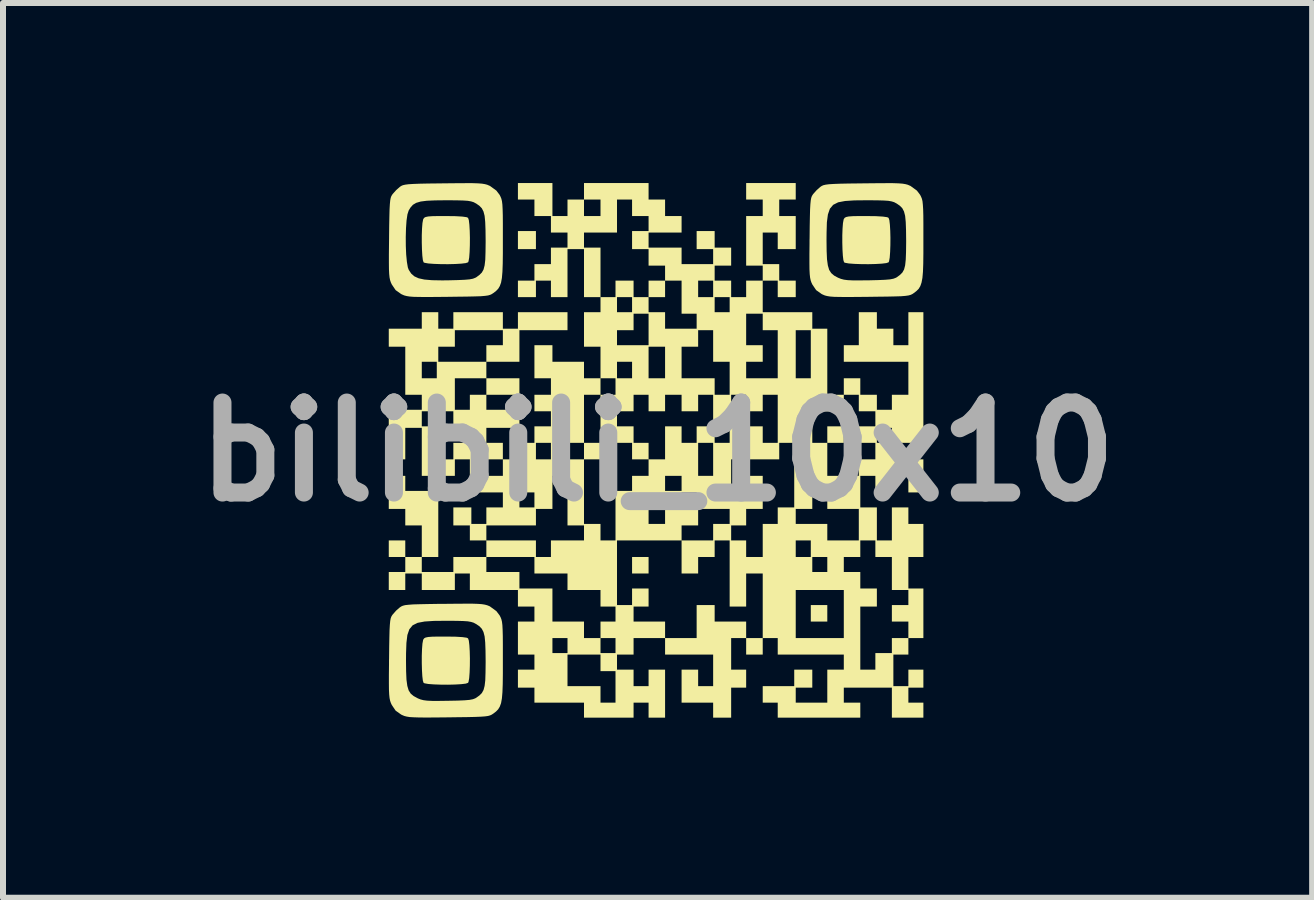
<source format=kicad_pcb>
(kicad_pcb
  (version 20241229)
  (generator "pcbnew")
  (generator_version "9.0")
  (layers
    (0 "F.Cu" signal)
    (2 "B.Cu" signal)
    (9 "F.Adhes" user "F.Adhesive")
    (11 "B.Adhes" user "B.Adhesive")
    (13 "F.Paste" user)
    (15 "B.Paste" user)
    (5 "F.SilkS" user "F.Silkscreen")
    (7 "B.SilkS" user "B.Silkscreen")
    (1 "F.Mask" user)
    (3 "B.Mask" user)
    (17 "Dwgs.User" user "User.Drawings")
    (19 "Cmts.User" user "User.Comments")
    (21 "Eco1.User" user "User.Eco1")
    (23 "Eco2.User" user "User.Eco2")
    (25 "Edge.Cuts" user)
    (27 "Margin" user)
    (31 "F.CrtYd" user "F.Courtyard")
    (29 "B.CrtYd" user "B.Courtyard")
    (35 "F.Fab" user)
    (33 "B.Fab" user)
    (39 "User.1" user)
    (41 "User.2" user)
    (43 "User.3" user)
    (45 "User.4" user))
  (footprint "bilibili_10x10"
    (layer "F.Cu")
    (at 7.907 4.479)
    (property "Reference" "bilibili_10x10" (at 0 0 0) (layer "F.Fab") (effects (font (size 1.5 1.5) (thickness 0.3))))
    (attr board_only exclude_from_pos_files exclude_from_bom)
    (fp_poly (pts (xy -2.027 -3.528) (xy -2.027 -3.378) (xy -2.177 -3.378) (xy -2.327 -3.378) (xy -2.327 -3.528) (xy -2.327 -3.679) (xy -2.177 -3.679) (xy -2.027 -3.679)) (stroke (width 0) (type solid)) (fill yes) (layer "F.SilkS"))
    (fp_poly (pts (xy -0.15 1.889) (xy -0.15 2.027) (xy -0.288 2.027) (xy -0.425 2.027) (xy -0.425 1.889) (xy -0.425 1.752) (xy -0.288 1.752) (xy -0.15 1.752)) (stroke (width 0) (type solid)) (fill yes) (layer "F.SilkS"))
    (fp_poly (pts (xy 0.125 -2.715) (xy 0.125 -2.578) (xy -0.013 -2.578) (xy -0.15 -2.578) (xy -0.15 -2.715) (xy -0.15 -2.853) (xy -0.013 -2.853) (xy 0.125 -2.853)) (stroke (width 0) (type solid)) (fill yes) (layer "F.SilkS"))
    (fp_poly (pts (xy 2.828 2.69) (xy 2.828 2.828) (xy 2.69 2.828) (xy 2.553 2.828) (xy 2.553 2.69) (xy 2.553 2.553) (xy 2.69 2.553) (xy 2.828 2.553)) (stroke (width 0) (type solid)) (fill yes) (layer "F.SilkS"))
    (fp_poly (pts (xy 3.103 -0.288) (xy 3.103 -0.15) (xy 2.965 -0.15) (xy 2.828 -0.15) (xy 2.828 -0.288) (xy 2.828 -0.425) (xy 2.965 -0.425) (xy 3.103 -0.425)) (stroke (width 0) (type solid)) (fill yes) (layer "F.SilkS"))
    (fp_poly (pts (xy -3.368 -3.927) (xy -3.252 -3.92) (xy -3.181 -3.91) (xy -3.158 -3.899) (xy -3.145 -3.861) (xy -3.136 -3.785) (xy -3.13 -3.683) (xy -3.127 -3.565) (xy -3.128 -3.444) (xy -3.132 -3.331) (xy -3.139 -3.237) (xy -3.15 -3.175) (xy -3.158 -3.158) (xy -3.196 -3.145) (xy -3.272 -3.136) (xy -3.374 -3.13) (xy -3.492 -3.127) (xy -3.613 -3.128) (xy -3.726 -3.132) (xy -3.82 -3.139) (xy -3.882 -3.15) (xy -3.899 -3.158) (xy -3.911 -3.195) (xy -3.92 -3.27) (xy -3.926 -3.371) (xy -3.929 -3.488) (xy -3.929 -3.608) (xy -3.925 -3.719) (xy -3.918 -3.81) (xy -3.907 -3.87) (xy -3.903 -3.88) (xy -3.889 -3.9) (xy -3.865 -3.913) (xy -3.822 -3.922) (xy -3.754 -3.927) (xy -3.65 -3.929) (xy -3.533 -3.929)) (stroke (width 0) (type solid)) (fill yes) (layer "F.SilkS"))
    (fp_poly (pts (xy -3.368 3.08) (xy -3.252 3.087) (xy -3.181 3.097) (xy -3.158 3.108) (xy -3.145 3.146) (xy -3.136 3.222) (xy -3.13 3.324) (xy -3.127 3.442) (xy -3.128 3.563) (xy -3.132 3.676) (xy -3.139 3.77) (xy -3.15 3.832) (xy -3.158 3.849) (xy -3.196 3.862) (xy -3.272 3.871) (xy -3.374 3.877) (xy -3.492 3.88) (xy -3.613 3.879) (xy -3.726 3.875) (xy -3.82 3.868) (xy -3.882 3.857) (xy -3.899 3.849) (xy -3.911 3.812) (xy -3.92 3.737) (xy -3.926 3.635) (xy -3.929 3.519) (xy -3.929 3.399) (xy -3.925 3.288) (xy -3.918 3.196) (xy -3.907 3.137) (xy -3.903 3.126) (xy -3.889 3.107) (xy -3.865 3.094) (xy -3.822 3.085) (xy -3.754 3.08) (xy -3.65 3.078) (xy -3.533 3.078)) (stroke (width 0) (type solid)) (fill yes) (layer "F.SilkS"))
    (fp_poly (pts (xy 3.639 -3.927) (xy 3.755 -3.92) (xy 3.826 -3.91) (xy 3.849 -3.899) (xy 3.862 -3.861) (xy 3.871 -3.785) (xy 3.877 -3.683) (xy 3.88 -3.565) (xy 3.879 -3.444) (xy 3.875 -3.331) (xy 3.868 -3.237) (xy 3.857 -3.175) (xy 3.849 -3.158) (xy 3.811 -3.145) (xy 3.735 -3.136) (xy 3.633 -3.13) (xy 3.515 -3.127) (xy 3.394 -3.128) (xy 3.281 -3.132) (xy 3.187 -3.139) (xy 3.125 -3.15) (xy 3.108 -3.158) (xy 3.096 -3.195) (xy 3.087 -3.27) (xy 3.081 -3.371) (xy 3.078 -3.488) (xy 3.078 -3.608) (xy 3.082 -3.719) (xy 3.089 -3.81) (xy 3.1 -3.87) (xy 3.104 -3.88) (xy 3.118 -3.9) (xy 3.142 -3.913) (xy 3.184 -3.922) (xy 3.253 -3.927) (xy 3.357 -3.929) (xy 3.474 -3.929)) (stroke (width 0) (type solid)) (fill yes) (layer "F.SilkS"))
    (fp_poly (pts (xy -3.083 -4.477) (xy -2.993 -4.474) (xy -2.927 -4.469) (xy -2.878 -4.461) (xy -2.84 -4.451) (xy -2.805 -4.436) (xy -2.793 -4.431) (xy -2.686 -4.353) (xy -2.632 -4.282) (xy -2.616 -4.25) (xy -2.603 -4.218) (xy -2.593 -4.177) (xy -2.586 -4.121) (xy -2.582 -4.045) (xy -2.579 -3.941) (xy -2.578 -3.803) (xy -2.578 -3.625) (xy -2.578 -3.529) (xy -2.578 -3.311) (xy -2.58 -3.137) (xy -2.585 -3.001) (xy -2.594 -2.898) (xy -2.608 -2.82) (xy -2.629 -2.762) (xy -2.656 -2.717) (xy -2.691 -2.681) (xy -2.736 -2.646) (xy -2.737 -2.646) (xy -2.762 -2.629) (xy -2.79 -2.616) (xy -2.825 -2.606) (xy -2.876 -2.599) (xy -2.947 -2.593) (xy -3.046 -2.59) (xy -3.178 -2.587) (xy -3.349 -2.585) (xy -3.491 -2.583) (xy -3.693 -2.581) (xy -3.852 -2.58) (xy -3.974 -2.581) (xy -4.065 -2.583) (xy -4.132 -2.588) (xy -4.181 -2.596) (xy -4.22 -2.606) (xy -4.253 -2.62) (xy -4.272 -2.629) (xy -4.365 -2.695) (xy -4.429 -2.79) (xy -4.445 -2.825) (xy -4.457 -2.861) (xy -4.466 -2.905) (xy -4.472 -2.963) (xy -4.476 -3.042) (xy -4.477 -3.148) (xy -4.477 -3.289) (xy -4.475 -3.47) (xy -4.474 -3.562) (xy -4.474 -3.579) (xy -4.196 -3.579) (xy -4.195 -3.429) (xy -4.189 -3.288) (xy -4.177 -3.165) (xy -4.161 -3.072) (xy -4.146 -3.032) (xy -4.105 -2.97) (xy -4.052 -2.924) (xy -3.982 -2.892) (xy -3.886 -2.871) (xy -3.758 -2.86) (xy -3.591 -2.857) (xy -3.49 -2.858) (xy -3.332 -2.862) (xy -3.216 -2.867) (xy -3.134 -2.874) (xy -3.077 -2.885) (xy -3.038 -2.9) (xy -3.021 -2.909) (xy -2.968 -2.948) (xy -2.928 -2.988) (xy -2.9 -3.038) (xy -2.882 -3.107) (xy -2.871 -3.2) (xy -2.867 -3.328) (xy -2.865 -3.496) (xy -2.865 -3.515) (xy -2.867 -3.694) (xy -2.872 -3.83) (xy -2.882 -3.932) (xy -2.901 -4.005) (xy -2.929 -4.059) (xy -2.969 -4.1) (xy -3.022 -4.137) (xy -3.028 -4.14) (xy -3.065 -4.16) (xy -3.107 -4.173) (xy -3.162 -4.183) (xy -3.239 -4.188) (xy -3.347 -4.191) (xy -3.494 -4.192) (xy -3.528 -4.192) (xy -3.708 -4.19) (xy -3.845 -4.184) (xy -3.947 -4.171) (xy -4.022 -4.149) (xy -4.076 -4.117) (xy -4.117 -4.071) (xy -4.147 -4.022) (xy -4.168 -3.957) (xy -4.183 -3.854) (xy -4.192 -3.724) (xy -4.196 -3.579) (xy -4.474 -3.579) (xy -4.472 -3.762) (xy -4.469 -3.919) (xy -4.466 -4.038) (xy -4.461 -4.126) (xy -4.455 -4.188) (xy -4.447 -4.231) (xy -4.436 -4.262) (xy -4.421 -4.286) (xy -4.415 -4.295) (xy -4.356 -4.361) (xy -4.295 -4.415) (xy -4.271 -4.431) (xy -4.244 -4.443) (xy -4.205 -4.452) (xy -4.15 -4.459) (xy -4.072 -4.464) (xy -3.965 -4.468) (xy -3.823 -4.471) (xy -3.638 -4.473) (xy -3.562 -4.474) (xy -3.361 -4.476) (xy -3.204 -4.477)) (stroke (width 0) (type solid)) (fill yes) (layer "F.SilkS"))
    (fp_poly (pts (xy -3.083 2.53) (xy -2.993 2.533) (xy -2.927 2.538) (xy -2.878 2.546) (xy -2.84 2.556) (xy -2.805 2.57) (xy -2.793 2.576) (xy -2.686 2.654) (xy -2.632 2.725) (xy -2.616 2.756) (xy -2.603 2.789) (xy -2.593 2.83) (xy -2.586 2.886) (xy -2.582 2.962) (xy -2.579 3.066) (xy -2.578 3.204) (xy -2.578 3.382) (xy -2.578 3.478) (xy -2.578 3.696) (xy -2.58 3.87) (xy -2.585 4.005) (xy -2.594 4.109) (xy -2.608 4.187) (xy -2.629 4.245) (xy -2.656 4.29) (xy -2.691 4.326) (xy -2.736 4.361) (xy -2.737 4.361) (xy -2.762 4.378) (xy -2.79 4.391) (xy -2.825 4.401) (xy -2.876 4.408) (xy -2.947 4.413) (xy -3.046 4.417) (xy -3.178 4.42) (xy -3.349 4.422) (xy -3.491 4.424) (xy -3.693 4.426) (xy -3.852 4.427) (xy -3.974 4.426) (xy -4.065 4.423) (xy -4.132 4.419) (xy -4.181 4.411) (xy -4.22 4.401) (xy -4.253 4.387) (xy -4.272 4.378) (xy -4.365 4.312) (xy -4.429 4.217) (xy -4.445 4.182) (xy -4.457 4.146) (xy -4.466 4.102) (xy -4.472 4.044) (xy -4.476 3.965) (xy -4.477 3.859) (xy -4.477 3.718) (xy -4.475 3.537) (xy -4.475 3.478) (xy -4.192 3.478) (xy -4.19 3.659) (xy -4.184 3.797) (xy -4.17 3.9) (xy -4.148 3.974) (xy -4.113 4.029) (xy -4.065 4.069) (xy -4.001 4.104) (xy -3.996 4.107) (xy -3.951 4.125) (xy -3.901 4.138) (xy -3.839 4.146) (xy -3.754 4.15) (xy -3.637 4.15) (xy -3.49 4.148) (xy -3.332 4.145) (xy -3.216 4.14) (xy -3.134 4.133) (xy -3.077 4.122) (xy -3.038 4.107) (xy -3.021 4.097) (xy -2.968 4.059) (xy -2.928 4.019) (xy -2.9 3.968) (xy -2.882 3.9) (xy -2.871 3.807) (xy -2.867 3.679) (xy -2.865 3.51) (xy -2.865 3.492) (xy -2.867 3.313) (xy -2.872 3.177) (xy -2.882 3.075) (xy -2.901 3.002) (xy -2.929 2.948) (xy -2.969 2.906) (xy -3.022 2.87) (xy -3.028 2.867) (xy -3.065 2.847) (xy -3.107 2.834) (xy -3.162 2.824) (xy -3.239 2.819) (xy -3.347 2.816) (xy -3.494 2.815) (xy -3.528 2.815) (xy -3.728 2.817) (xy -3.882 2.827) (xy -3.998 2.849) (xy -4.081 2.89) (xy -4.136 2.956) (xy -4.169 3.052) (xy -4.185 3.183) (xy -4.191 3.355) (xy -4.192 3.478) (xy -4.475 3.478) (xy -4.474 3.445) (xy -4.472 3.244) (xy -4.469 3.088) (xy -4.466 2.969) (xy -4.461 2.881) (xy -4.455 2.819) (xy -4.447 2.775) (xy -4.436 2.745) (xy -4.421 2.72) (xy -4.415 2.712) (xy -4.356 2.645) (xy -4.295 2.592) (xy -4.271 2.576) (xy -4.244 2.564) (xy -4.205 2.554) (xy -4.15 2.548) (xy -4.072 2.542) (xy -3.965 2.539) (xy -3.823 2.536) (xy -3.638 2.533) (xy -3.562 2.533) (xy -3.361 2.531) (xy -3.204 2.53)) (stroke (width 0) (type solid)) (fill yes) (layer "F.SilkS"))
    (fp_poly (pts (xy 3.923 -4.477) (xy 4.013 -4.474) (xy 4.08 -4.469) (xy 4.129 -4.461) (xy 4.167 -4.451) (xy 4.202 -4.436) (xy 4.214 -4.431) (xy 4.321 -4.353) (xy 4.375 -4.282) (xy 4.391 -4.25) (xy 4.404 -4.218) (xy 4.414 -4.177) (xy 4.42 -4.121) (xy 4.425 -4.045) (xy 4.428 -3.941) (xy 4.429 -3.803) (xy 4.429 -3.625) (xy 4.429 -3.529) (xy 4.429 -3.311) (xy 4.427 -3.137) (xy 4.422 -3.001) (xy 4.413 -2.898) (xy 4.398 -2.82) (xy 4.378 -2.762) (xy 4.351 -2.717) (xy 4.315 -2.681) (xy 4.27 -2.646) (xy 4.27 -2.646) (xy 4.245 -2.629) (xy 4.217 -2.616) (xy 4.181 -2.606) (xy 4.131 -2.599) (xy 4.06 -2.593) (xy 3.961 -2.59) (xy 3.829 -2.587) (xy 3.658 -2.585) (xy 3.516 -2.583) (xy 3.314 -2.581) (xy 3.155 -2.58) (xy 3.033 -2.581) (xy 2.942 -2.583) (xy 2.875 -2.588) (xy 2.826 -2.596) (xy 2.787 -2.606) (xy 2.754 -2.62) (xy 2.735 -2.629) (xy 2.642 -2.695) (xy 2.578 -2.79) (xy 2.562 -2.825) (xy 2.55 -2.861) (xy 2.541 -2.905) (xy 2.535 -2.963) (xy 2.531 -3.042) (xy 2.53 -3.148) (xy 2.53 -3.289) (xy 2.532 -3.47) (xy 2.532 -3.528) (xy 2.815 -3.528) (xy 2.817 -3.348) (xy 2.823 -3.21) (xy 2.837 -3.107) (xy 2.859 -3.032) (xy 2.894 -2.978) (xy 2.942 -2.937) (xy 3.006 -2.902) (xy 3.011 -2.9) (xy 3.056 -2.882) (xy 3.106 -2.869) (xy 3.168 -2.861) (xy 3.253 -2.857) (xy 3.37 -2.857) (xy 3.517 -2.858) (xy 3.675 -2.862) (xy 3.791 -2.867) (xy 3.873 -2.874) (xy 3.93 -2.885) (xy 3.969 -2.9) (xy 3.986 -2.909) (xy 4.039 -2.948) (xy 4.079 -2.988) (xy 4.107 -3.038) (xy 4.125 -3.107) (xy 4.135 -3.2) (xy 4.14 -3.328) (xy 4.142 -3.496) (xy 4.142 -3.515) (xy 4.14 -3.694) (xy 4.135 -3.83) (xy 4.125 -3.932) (xy 4.106 -4.005) (xy 4.078 -4.059) (xy 4.038 -4.1) (xy 3.985 -4.137) (xy 3.979 -4.14) (xy 3.942 -4.16) (xy 3.9 -4.173) (xy 3.845 -4.183) (xy 3.768 -4.188) (xy 3.66 -4.191) (xy 3.513 -4.192) (xy 3.478 -4.192) (xy 3.279 -4.19) (xy 3.125 -4.18) (xy 3.009 -4.158) (xy 2.926 -4.116) (xy 2.871 -4.051) (xy 2.838 -3.955) (xy 2.821 -3.824) (xy 2.816 -3.652) (xy 2.815 -3.528) (xy 2.532 -3.528) (xy 2.533 -3.562) (xy 2.535 -3.762) (xy 2.538 -3.919) (xy 2.541 -4.038) (xy 2.546 -4.126) (xy 2.552 -4.188) (xy 2.56 -4.231) (xy 2.571 -4.262) (xy 2.586 -4.286) (xy 2.592 -4.295) (xy 2.651 -4.361) (xy 2.712 -4.415) (xy 2.736 -4.431) (xy 2.763 -4.443) (xy 2.802 -4.452) (xy 2.857 -4.459) (xy 2.935 -4.464) (xy 3.042 -4.468) (xy 3.184 -4.471) (xy 3.368 -4.473) (xy 3.445 -4.474) (xy 3.646 -4.476) (xy 3.803 -4.477)) (stroke (width 0) (type solid)) (fill yes) (layer "F.SilkS"))
    (fp_poly (pts (xy -1.752 -4.204) (xy -1.752 -3.929) (xy -1.627 -3.929) (xy -1.501 -3.929) (xy -1.501 -4.067) (xy -1.501 -4.204) (xy -1.364 -4.204) (xy -1.226 -4.204) (xy -1.226 -4.067) (xy -1.226 -3.929) (xy -1.089 -3.929) (xy -0.951 -3.929) (xy -0.951 -4.067) (xy -0.951 -4.204) (xy -1.089 -4.204) (xy -1.226 -4.204) (xy -1.226 -4.342) (xy -1.226 -4.479) (xy -0.688 -4.479) (xy -0.15 -4.479) (xy -0.15 -4.342) (xy -0.15 -4.204) (xy -0.013 -4.204) (xy 0.125 -4.204) (xy 0.125 -4.067) (xy 0.125 -3.929) (xy 0.263 -3.929) (xy 0.4 -3.929) (xy 0.4 -3.791) (xy 0.4 -3.654) (xy 0.125 -3.654) (xy -0.15 -3.654) (xy -0.15 -3.528) (xy -0.15 -3.403) (xy 0.125 -3.403) (xy 0.4 -3.403) (xy 0.4 -3.266) (xy 0.4 -3.128) (xy 0.663 -3.128) (xy 0.926 -3.128) (xy 0.926 -3.253) (xy 0.926 -3.378) (xy 0.788 -3.378) (xy 0.651 -3.378) (xy 0.651 -3.528) (xy 0.651 -3.679) (xy 0.801 -3.679) (xy 0.951 -3.679) (xy 0.951 -3.541) (xy 0.951 -3.403) (xy 1.089 -3.403) (xy 1.226 -3.403) (xy 1.226 -3.253) (xy 1.226 -3.103) (xy 1.089 -3.103) (xy 0.951 -3.103) (xy 0.951 -2.978) (xy 0.951 -2.853) (xy 1.089 -2.853) (xy 1.226 -2.853) (xy 1.226 -2.715) (xy 1.226 -2.578) (xy 1.351 -2.578) (xy 1.476 -2.578) (xy 1.476 -2.715) (xy 1.476 -2.853) (xy 1.614 -2.853) (xy 1.752 -2.853) (xy 1.752 -2.978) (xy 1.752 -3.103) (xy 1.614 -3.103) (xy 1.476 -3.103) (xy 1.476 -3.516) (xy 1.476 -3.929) (xy 1.614 -3.929) (xy 1.752 -3.929) (xy 1.752 -4.067) (xy 1.752 -4.204) (xy 1.614 -4.204) (xy 1.476 -4.204) (xy 1.476 -4.342) (xy 1.476 -4.479) (xy 1.889 -4.479) (xy 2.302 -4.479) (xy 2.302 -4.342) (xy 2.302 -4.204) (xy 2.165 -4.204) (xy 2.027 -4.204) (xy 2.027 -4.067) (xy 2.027 -3.929) (xy 2.165 -3.929) (xy 2.302 -3.929) (xy 2.302 -3.654) (xy 2.302 -3.378) (xy 2.152 -3.378) (xy 2.002 -3.378) (xy 2.002 -3.516) (xy 2.002 -3.654) (xy 1.877 -3.654) (xy 1.752 -3.654) (xy 1.752 -3.391) (xy 1.752 -3.128) (xy 1.889 -3.128) (xy 2.027 -3.128) (xy 2.027 -2.99) (xy 2.027 -2.853) (xy 2.165 -2.853) (xy 2.302 -2.853) (xy 2.302 -2.715) (xy 2.302 -2.578) (xy 2.152 -2.578) (xy 2.002 -2.578) (xy 2.002 -2.715) (xy 2.002 -2.853) (xy 1.877 -2.853) (xy 1.752 -2.853) (xy 1.752 -2.59) (xy 1.752 -2.327) (xy 2.165 -2.327) (xy 2.578 -2.327) (xy 2.578 -2.19) (xy 2.578 -2.052) (xy 2.703 -2.052) (xy 2.828 -2.052) (xy 2.828 -1.501) (xy 2.828 -0.951) (xy 2.965 -0.951) (xy 3.103 -0.951) (xy 3.103 -1.089) (xy 3.103 -1.226) (xy 3.241 -1.226) (xy 3.378 -1.226) (xy 3.378 -1.089) (xy 3.378 -0.951) (xy 3.516 -0.951) (xy 3.654 -0.951) (xy 3.654 -0.826) (xy 3.654 -0.701) (xy 3.779 -0.701) (xy 3.904 -0.701) (xy 3.904 -0.826) (xy 3.904 -0.951) (xy 4.041 -0.951) (xy 4.179 -0.951) (xy 4.179 -1.226) (xy 4.179 -1.501) (xy 3.641 -1.501) (xy 3.103 -1.501) (xy 3.103 -1.639) (xy 3.103 -1.777) (xy 3.228 -1.777) (xy 3.353 -1.777) (xy 3.353 -2.052) (xy 3.353 -2.327) (xy 3.503 -2.327) (xy 3.654 -2.327) (xy 3.654 -2.19) (xy 3.654 -2.052) (xy 3.791 -2.052) (xy 3.929 -2.052) (xy 3.929 -1.914) (xy 3.929 -1.777) (xy 4.054 -1.777) (xy 4.179 -1.777) (xy 4.179 -2.052) (xy 4.179 -2.327) (xy 4.304 -2.327) (xy 4.429 -2.327) (xy 4.429 -1.239) (xy 4.429 -0.15) (xy 4.179 -0.15) (xy 3.929 -0.15) (xy 3.929 -0.013) (xy 3.929 0.125) (xy 4.179 0.125) (xy 4.429 0.125) (xy 4.429 0.4) (xy 4.429 0.676) (xy 4.304 0.676) (xy 4.179 0.676) (xy 4.179 0.538) (xy 4.179 0.4) (xy 4.054 0.4) (xy 3.929 0.4) (xy 3.929 0.538) (xy 3.929 0.676) (xy 3.779 0.676) (xy 3.629 0.676) (xy 3.629 0.538) (xy 3.629 0.4) (xy 3.503 0.4) (xy 3.378 0.4) (xy 3.378 0.663) (xy 3.378 0.926) (xy 3.516 0.926) (xy 3.654 0.926) (xy 3.654 1.201) (xy 3.654 1.476) (xy 3.779 1.476) (xy 3.904 1.476) (xy 3.904 1.201) (xy 3.904 0.926) (xy 4.041 0.926) (xy 4.179 0.926) (xy 4.179 1.064) (xy 4.179 1.201) (xy 4.304 1.201) (xy 4.429 1.201) (xy 4.429 1.476) (xy 4.429 1.752) (xy 4.304 1.752) (xy 4.179 1.752) (xy 4.179 2.014) (xy 4.179 2.277) (xy 4.304 2.277) (xy 4.429 2.277) (xy 4.429 2.69) (xy 4.429 3.103) (xy 4.304 3.103) (xy 4.179 3.103) (xy 4.179 3.241) (xy 4.179 3.378) (xy 4.054 3.378) (xy 3.929 3.378) (xy 3.929 3.641) (xy 3.929 3.904) (xy 4.054 3.904) (xy 4.179 3.904) (xy 4.179 3.766) (xy 4.179 3.629) (xy 4.304 3.629) (xy 4.429 3.629) (xy 4.429 3.779) (xy 4.429 3.929) (xy 4.304 3.929) (xy 4.179 3.929) (xy 4.179 4.054) (xy 4.179 4.179) (xy 4.304 4.179) (xy 4.429 4.179) (xy 4.429 4.304) (xy 4.429 4.429) (xy 4.167 4.429) (xy 3.904 4.429) (xy 3.904 4.179) (xy 3.904 3.929) (xy 3.503 3.929) (xy 3.103 3.929) (xy 3.103 4.054) (xy 3.103 4.179) (xy 3.241 4.179) (xy 3.378 4.179) (xy 3.378 4.304) (xy 3.378 4.429) (xy 2.69 4.429) (xy 2.002 4.429) (xy 2.002 4.304) (xy 2.002 4.179) (xy 1.877 4.179) (xy 1.752 4.179) (xy 1.752 4.041) (xy 1.752 3.904) (xy 2.014 3.904) (xy 2.277 3.904) (xy 2.277 3.766) (xy 2.277 3.629) (xy 2.427 3.629) (xy 2.578 3.629) (xy 2.578 3.779) (xy 2.578 3.929) (xy 2.44 3.929) (xy 2.302 3.929) (xy 2.302 4.054) (xy 2.302 4.179) (xy 2.565 4.179) (xy 2.828 4.179) (xy 2.828 3.904) (xy 2.828 3.629) (xy 2.965 3.629) (xy 3.103 3.629) (xy 3.103 3.503) (xy 3.103 3.378) (xy 2.553 3.378) (xy 2.002 3.378) (xy 2.002 3.241) (xy 2.002 3.103) (xy 1.877 3.103) (xy 1.752 3.103) (xy 1.752 3.241) (xy 1.752 3.378) (xy 1.614 3.378) (xy 1.476 3.378) (xy 1.476 3.241) (xy 1.476 3.103) (xy 1.351 3.103) (xy 1.226 3.103) (xy 1.226 3.366) (xy 1.226 3.629) (xy 1.351 3.629) (xy 1.476 3.629) (xy 1.476 3.779) (xy 1.476 3.929) (xy 1.351 3.929) (xy 1.226 3.929) (xy 1.226 4.179) (xy 1.226 4.429) (xy 1.076 4.429) (xy 0.926 4.429) (xy 0.926 4.304) (xy 0.926 4.179) (xy 0.663 4.179) (xy 0.4 4.179) (xy 0.4 3.904) (xy 0.4 3.629) (xy 0.538 3.629) (xy 0.676 3.629) (xy 0.676 3.766) (xy 0.676 3.904) (xy 0.801 3.904) (xy 0.926 3.904) (xy 0.926 3.641) (xy 0.926 3.378) (xy 0.526 3.378) (xy 0.125 3.378) (xy 0.125 3.241) (xy 0.125 3.103) (xy -0.138 3.103) (xy -0.4 3.103) (xy -0.4 3.241) (xy -0.4 3.378) (xy -0.538 3.378) (xy -0.676 3.378) (xy -0.676 3.503) (xy -0.676 3.629) (xy -0.538 3.629) (xy -0.4 3.629) (xy -0.4 3.766) (xy -0.4 3.904) (xy -0.275 3.904) (xy -0.15 3.904) (xy -0.15 3.766) (xy -0.15 3.629) (xy -0.013 3.629) (xy 0.125 3.629) (xy 0.125 4.029) (xy 0.125 4.429) (xy -0.013 4.429) (xy -0.15 4.429) (xy -0.15 4.304) (xy -0.15 4.179) (xy -0.275 4.179) (xy -0.4 4.179) (xy -0.4 4.304) (xy -0.4 4.429) (xy -0.813 4.429) (xy -1.226 4.429) (xy -1.226 4.304) (xy -1.226 4.179) (xy -1.639 4.179) (xy -2.052 4.179) (xy -2.052 4.054) (xy -2.052 3.929) (xy -2.19 3.929) (xy -2.327 3.929) (xy -2.327 3.779) (xy -2.327 3.629) (xy -2.19 3.629) (xy -2.052 3.629) (xy -2.052 3.503) (xy -2.052 3.378) (xy -1.501 3.378) (xy -1.501 3.641) (xy -1.501 3.904) (xy -1.226 3.904) (xy -0.951 3.904) (xy -0.951 4.041) (xy -0.951 4.179) (xy -0.826 4.179) (xy -0.701 4.179) (xy -0.701 3.916) (xy -0.701 3.654) (xy -0.826 3.654) (xy -0.951 3.654) (xy -0.951 3.516) (xy -0.951 3.378) (xy -1.226 3.378) (xy -1.501 3.378) (xy -2.052 3.378) (xy -2.19 3.378) (xy -2.327 3.378) (xy -2.327 3.103) (xy -1.752 3.103) (xy -1.752 3.228) (xy -1.752 3.353) (xy -1.627 3.353) (xy -1.501 3.353) (xy -1.501 3.228) (xy -1.501 3.103) (xy -1.627 3.103) (xy -1.752 3.103) (xy -2.327 3.103) (xy -2.327 2.828) (xy -2.19 2.828) (xy -2.052 2.828) (xy -2.052 2.703) (xy -2.052 2.578) (xy -2.19 2.578) (xy -2.327 2.578) (xy -2.327 2.44) (xy -2.327 2.302) (xy -2.728 2.302) (xy -3.128 2.302) (xy -3.128 2.165) (xy -3.128 2.027) (xy -3.253 2.027) (xy -3.378 2.027) (xy -3.378 2.165) (xy -3.378 2.302) (xy -3.654 2.302) (xy -3.929 2.302) (xy -3.929 2.165) (xy -3.929 2.027) (xy -4.067 2.027) (xy -4.204 2.027) (xy -4.204 2.165) (xy -4.204 2.302) (xy -4.342 2.302) (xy -4.479 2.302) (xy -4.479 2.152) (xy -4.479 2.002) (xy -4.342 2.002) (xy -4.204 2.002) (xy -4.204 1.877) (xy -4.204 1.752) (xy -4.342 1.752) (xy -4.479 1.752) (xy -4.479 1.614) (xy -4.479 1.476) (xy -4.342 1.476) (xy -4.204 1.476) (xy -4.204 1.614) (xy -4.204 1.752) (xy -4.067 1.752) (xy -3.929 1.752) (xy -3.929 1.489) (xy -3.929 1.226) (xy -4.067 1.226) (xy -4.204 1.226) (xy -4.204 1.089) (xy -4.204 0.951) (xy -4.342 0.951) (xy -4.479 0.951) (xy -4.479 0.676) (xy -4.479 0.4) (xy -4.342 0.4) (xy -4.204 0.4) (xy -4.204 0.526) (xy -4.204 0.651) (xy -3.929 0.651) (xy -3.654 0.651) (xy -3.654 1.201) (xy -3.654 1.752) (xy -3.791 1.752) (xy -3.929 1.752) (xy -3.929 1.877) (xy -3.929 2.002) (xy -3.666 2.002) (xy -3.403 2.002) (xy -3.403 1.877) (xy -3.403 1.752) (xy -3.128 1.752) (xy -2.853 1.752) (xy -2.853 1.877) (xy -2.853 2.002) (xy -2.578 2.002) (xy -2.302 2.002) (xy -2.302 2.14) (xy -2.302 2.277) (xy -2.027 2.277) (xy -1.752 2.277) (xy -1.752 2.553) (xy -1.752 2.828) (xy -1.489 2.828) (xy -1.226 2.828) (xy -1.226 2.965) (xy -1.226 3.103) (xy -1.089 3.103) (xy -0.951 3.103) (xy -0.951 3.228) (xy -0.951 3.353) (xy -0.826 3.353) (xy -0.701 3.353) (xy -0.701 3.228) (xy -0.701 3.103) (xy -0.826 3.103) (xy -0.951 3.103) (xy -0.951 2.965) (xy -0.951 2.828) (xy -0.826 2.828) (xy -0.701 2.828) (xy -0.701 2.703) (xy -0.701 2.578) (xy -0.826 2.578) (xy -0.951 2.578) (xy -0.951 2.553) (xy -0.676 2.553) (xy -0.551 2.553) (xy -0.425 2.553) (xy -0.425 2.415) (xy -0.425 2.277) (xy -0.288 2.277) (xy -0.15 2.277) (xy -0.15 2.427) (xy -0.15 2.578) (xy -0.275 2.578) (xy -0.4 2.578) (xy -0.4 2.703) (xy -0.4 2.828) (xy -0.138 2.828) (xy 0.125 2.828) (xy 0.125 2.965) (xy 0.125 3.103) (xy 0.388 3.103) (xy 0.651 3.103) (xy 0.651 2.828) (xy 0.651 2.553) (xy 0.801 2.553) (xy 0.951 2.553) (xy 0.951 2.69) (xy 0.951 2.828) (xy 1.214 2.828) (xy 1.476 2.828) (xy 1.476 2.965) (xy 1.476 3.103) (xy 1.614 3.103) (xy 1.752 3.103) (xy 1.752 2.565) (xy 1.752 2.302) (xy 2.302 2.302) (xy 2.302 2.703) (xy 2.302 3.103) (xy 2.703 3.103) (xy 3.103 3.103) (xy 3.103 2.703) (xy 3.103 2.302) (xy 2.703 2.302) (xy 2.302 2.302) (xy 1.752 2.302) (xy 1.752 2.027) (xy 1.614 2.027) (xy 1.476 2.027) (xy 1.476 2.302) (xy 1.476 2.578) (xy 1.339 2.578) (xy 1.201 2.578) (xy 1.201 2.027) (xy 1.201 1.476) (xy 1.226 1.476) (xy 1.351 1.476) (xy 1.476 1.476) (xy 1.476 1.614) (xy 1.476 1.752) (xy 1.614 1.752) (xy 1.752 1.752) (xy 1.752 1.476) (xy 2.302 1.476) (xy 2.302 1.614) (xy 2.302 1.752) (xy 2.427 1.752) (xy 2.553 1.752) (xy 2.578 1.752) (xy 2.578 1.877) (xy 2.578 2.002) (xy 2.703 2.002) (xy 2.828 2.002) (xy 3.103 2.002) (xy 3.241 2.002) (xy 3.378 2.002) (xy 3.378 2.14) (xy 3.378 2.277) (xy 3.516 2.277) (xy 3.654 2.277) (xy 3.654 2.427) (xy 3.654 2.578) (xy 3.516 2.578) (xy 3.378 2.578) (xy 3.378 3.103) (xy 3.378 3.629) (xy 3.503 3.629) (xy 3.629 3.629) (xy 3.629 3.491) (xy 3.629 3.353) (xy 3.766 3.353) (xy 3.904 3.353) (xy 3.904 3.228) (xy 3.904 3.103) (xy 4.041 3.103) (xy 4.179 3.103) (xy 4.179 2.965) (xy 4.179 2.828) (xy 4.041 2.828) (xy 3.904 2.828) (xy 3.904 2.69) (xy 3.904 2.553) (xy 4.041 2.553) (xy 4.179 2.553) (xy 4.179 2.427) (xy 4.179 2.302) (xy 4.041 2.302) (xy 3.904 2.302) (xy 3.904 2.027) (xy 3.904 1.752) (xy 3.766 1.752) (xy 3.629 1.752) (xy 3.629 1.614) (xy 3.629 1.476) (xy 3.503 1.476) (xy 3.378 1.476) (xy 3.378 1.614) (xy 3.378 1.752) (xy 3.241 1.752) (xy 3.103 1.752) (xy 3.103 1.877) (xy 3.103 2.002) (xy 2.828 2.002) (xy 2.828 1.877) (xy 2.828 1.752) (xy 2.703 1.752) (xy 2.578 1.752) (xy 2.553 1.752) (xy 2.553 1.614) (xy 2.553 1.476) (xy 2.427 1.476) (xy 2.302 1.476) (xy 1.752 1.476) (xy 1.752 1.201) (xy 1.877 1.201) (xy 2.002 1.201) (xy 2.302 1.201) (xy 2.565 1.201) (xy 2.828 1.201) (xy 2.828 1.339) (xy 2.828 1.476) (xy 3.091 1.476) (xy 3.353 1.476) (xy 3.353 1.214) (xy 3.353 0.951) (xy 3.091 0.951) (xy 2.828 0.951) (xy 2.828 0.813) (xy 2.828 0.676) (xy 2.703 0.676) (xy 2.578 0.676) (xy 2.578 0.813) (xy 2.578 0.951) (xy 2.44 0.951) (xy 2.302 0.951) (xy 2.302 1.076) (xy 2.302 1.201) (xy 2.002 1.201) (xy 2.002 1.064) (xy 2.002 0.926) (xy 2.14 0.926) (xy 2.277 0.926) (xy 2.277 0.388) (xy 2.277 -0.15) (xy 2.578 -0.15) (xy 2.703 -0.15) (xy 2.828 -0.15) (xy 2.828 0.125) (xy 2.828 0.4) (xy 3.091 0.4) (xy 3.353 0.4) (xy 3.353 0.263) (xy 3.353 0.125) (xy 3.491 0.125) (xy 3.629 0.125) (xy 3.629 -0.013) (xy 3.629 -0.15) (xy 3.491 -0.15) (xy 3.353 -0.15) (xy 3.353 -0.288) (xy 3.353 -0.4) (xy 3.654 -0.4) (xy 3.654 -0.275) (xy 3.654 -0.15) (xy 3.779 -0.15) (xy 3.904 -0.15) (xy 3.904 -0.275) (xy 3.904 -0.4) (xy 3.779 -0.4) (xy 3.654 -0.4) (xy 3.353 -0.4) (xy 3.353 -0.425) (xy 3.491 -0.425) (xy 3.629 -0.425) (xy 3.629 -0.551) (xy 3.629 -0.676) (xy 3.491 -0.676) (xy 3.353 -0.676) (xy 3.353 -0.813) (xy 3.353 -0.951) (xy 3.228 -0.951) (xy 3.103 -0.951) (xy 3.103 -0.813) (xy 3.103 -0.676) (xy 2.84 -0.676) (xy 2.578 -0.676) (xy 2.578 -0.413) (xy 2.578 -0.15) (xy 2.277 -0.15) (xy 2.152 -0.15) (xy 2.027 -0.15) (xy 2.027 -0.013) (xy 2.027 0.125) (xy 1.627 0.125) (xy 1.226 0.125) (xy 1.226 0.388) (xy 1.226 0.651) (xy 1.351 0.651) (xy 1.476 0.651) (xy 1.476 0.526) (xy 1.476 0.4) (xy 1.614 0.4) (xy 1.752 0.4) (xy 1.752 0.676) (xy 1.752 0.951) (xy 1.614 0.951) (xy 1.476 0.951) (xy 1.476 1.089) (xy 1.476 1.226) (xy 1.351 1.226) (xy 1.226 1.226) (xy 1.226 1.351) (xy 1.226 1.476) (xy 1.201 1.476) (xy 1.076 1.476) (xy 0.951 1.476) (xy 0.951 1.614) (xy 0.951 1.752) (xy 0.813 1.752) (xy 0.676 1.752) (xy 0.676 1.889) (xy 0.676 2.027) (xy 0.538 2.027) (xy 0.4 2.027) (xy 0.4 1.752) (xy 0.4 1.476) (xy 0.663 1.476) (xy 0.926 1.476) (xy 0.926 1.339) (xy 0.926 1.201) (xy 1.064 1.201) (xy 1.201 1.201) (xy 1.201 1.076) (xy 1.201 0.951) (xy 0.938 0.951) (xy 0.676 0.951) (xy 0.676 1.089) (xy 0.676 1.226) (xy 0.538 1.226) (xy 0.4 1.226) (xy 0.4 1.351) (xy 0.4 1.476) (xy -0.138 1.476) (xy -0.676 1.476) (xy -0.676 2.014) (xy -0.676 2.553) (xy -0.951 2.553) (xy -0.951 2.44) (xy -0.951 2.302) (xy -1.226 2.302) (xy -1.501 2.302) (xy -1.501 2.165) (xy -1.501 2.027) (xy -1.777 2.027) (xy -2.052 2.027) (xy -2.052 1.889) (xy -2.052 1.752) (xy -2.452 1.752) (xy -2.853 1.752) (xy -2.853 1.614) (xy -2.853 1.476) (xy -2.44 1.476) (xy -2.027 1.476) (xy -2.027 1.614) (xy -2.027 1.752) (xy -1.902 1.752) (xy -1.777 1.752) (xy -1.777 1.614) (xy -1.777 1.476) (xy -1.501 1.476) (xy -1.226 1.476) (xy -1.226 1.351) (xy -1.226 1.226) (xy -1.364 1.226) (xy -1.501 1.226) (xy -1.501 0.813) (xy -1.501 0.4) (xy -1.627 0.4) (xy -1.752 0.4) (xy -1.752 0.676) (xy -1.752 0.951) (xy -1.889 0.951) (xy -2.027 0.951) (xy -2.027 1.089) (xy -2.027 1.226) (xy -2.44 1.226) (xy -2.853 1.226) (xy -2.853 1.351) (xy -2.853 1.476) (xy -2.99 1.476) (xy -3.128 1.476) (xy -3.128 1.351) (xy -3.128 1.226) (xy -3.266 1.226) (xy -3.403 1.226) (xy -3.403 1.076) (xy -3.403 0.926) (xy -3.253 0.926) (xy -3.103 0.926) (xy -3.103 1.064) (xy -3.103 1.201) (xy -2.978 1.201) (xy -2.853 1.201) (xy -2.853 1.064) (xy -2.853 0.926) (xy -2.715 0.926) (xy -2.578 0.926) (xy -2.578 0.801) (xy -2.578 0.676) (xy -2.302 0.676) (xy -2.302 0.801) (xy -2.302 0.926) (xy -2.177 0.926) (xy -2.052 0.926) (xy -2.052 0.801) (xy -2.052 0.676) (xy -2.177 0.676) (xy -2.302 0.676) (xy -2.578 0.676) (xy -2.853 0.676) (xy -3.128 0.676) (xy -3.128 0.4) (xy -3.128 0.125) (xy -3.253 0.125) (xy -3.378 0.125) (xy -3.378 0.263) (xy -3.378 0.4) (xy -3.654 0.4) (xy -3.929 0.4) (xy -3.929 0) (xy -3.929 -0.4) (xy -4.067 -0.4) (xy -4.204 -0.4) (xy -4.204 -0.138) (xy -4.204 0.125) (xy -4.342 0.125) (xy -4.479 0.125) (xy -4.479 -0.288) (xy -4.479 -0.676) (xy -3.929 -0.676) (xy -3.929 -0.551) (xy -3.929 -0.425) (xy -3.791 -0.425) (xy -3.654 -0.425) (xy -3.654 -0.15) (xy -3.654 0.125) (xy -3.528 0.125) (xy -3.403 0.125) (xy -3.403 -0.013) (xy -3.403 -0.15) (xy -3.266 -0.15) (xy -3.128 -0.15) (xy -3.128 -0.275) (xy -3.128 -0.4) (xy -3.266 -0.4) (xy -3.403 -0.4) (xy -3.403 -0.538) (xy -3.403 -0.676) (xy -3.666 -0.676) (xy -3.929 -0.676) (xy -4.479 -0.676) (xy -4.479 -0.701) (xy -4.204 -0.701) (xy -3.929 -0.701) (xy -3.929 -0.826) (xy -3.929 -0.951) (xy -4.067 -0.951) (xy -4.204 -0.951) (xy -4.204 -1.351) (xy -4.204 -1.501) (xy -3.929 -1.501) (xy -3.929 -1.364) (xy -3.929 -1.226) (xy -3.804 -1.226) (xy -3.679 -1.226) (xy -3.679 -1.364) (xy -3.679 -1.501) (xy -3.654 -1.501) (xy -3.253 -1.501) (xy -2.853 -1.501) (xy -2.853 -1.639) (xy -2.853 -1.777) (xy -2.715 -1.777) (xy -2.578 -1.777) (xy -2.578 -1.902) (xy -2.578 -2.027) (xy -2.978 -2.027) (xy -3.378 -2.027) (xy -3.378 -1.889) (xy -3.378 -1.752) (xy -3.516 -1.752) (xy -3.654 -1.752) (xy -3.654 -1.627) (xy -3.654 -1.501) (xy -3.679 -1.501) (xy -3.804 -1.501) (xy -3.929 -1.501) (xy -4.204 -1.501) (xy -4.204 -1.752) (xy -4.342 -1.752) (xy -4.479 -1.752) (xy -4.479 -1.902) (xy -4.479 -2.052) (xy -4.204 -2.052) (xy -3.929 -2.052) (xy -3.929 -2.19) (xy -3.929 -2.327) (xy -3.791 -2.327) (xy -3.654 -2.327) (xy -3.654 -2.19) (xy -3.654 -2.052) (xy -3.528 -2.052) (xy -3.403 -2.052) (xy -3.403 -2.19) (xy -3.403 -2.327) (xy -2.99 -2.327) (xy -2.578 -2.327) (xy -2.578 -2.19) (xy -2.578 -2.052) (xy -2.452 -2.052) (xy -2.327 -2.052) (xy -2.327 -2.19) (xy -2.327 -2.327) (xy -1.914 -2.327) (xy -1.501 -2.327) (xy -1.501 -2.177) (xy -1.501 -2.027) (xy -1.902 -2.027) (xy -2.302 -2.027) (xy -2.302 -1.764) (xy -2.302 -1.501) (xy -2.578 -1.501) (xy -2.853 -1.501) (xy -2.853 -1.364) (xy -2.853 -1.226) (xy -3.116 -1.226) (xy -3.378 -1.226) (xy -3.378 -0.963) (xy -3.378 -0.701) (xy -3.253 -0.701) (xy -3.128 -0.701) (xy -3.128 -0.826) (xy -3.128 -0.951) (xy -2.99 -0.951) (xy -2.853 -0.951) (xy -2.853 -1.089) (xy -2.853 -1.226) (xy -2.578 -1.226) (xy -2.302 -1.226) (xy -2.302 -1.089) (xy -2.302 -0.951) (xy -2.578 -0.951) (xy -2.853 -0.951) (xy -2.853 -0.826) (xy -2.853 -0.701) (xy -2.578 -0.701) (xy -2.302 -0.701) (xy -2.302 -0.551) (xy -2.302 -0.4) (xy -2.578 -0.4) (xy -2.853 -0.4) (xy -2.853 -0.275) (xy -2.853 -0.15) (xy -2.978 -0.15) (xy -3.103 -0.15) (xy -3.103 -0.013) (xy -3.103 0.125) (xy -2.978 0.125) (xy -2.853 0.125) (xy -2.853 0.263) (xy -2.853 0.4) (xy -2.715 0.4) (xy -2.578 0.4) (xy -2.578 0.263) (xy -2.578 0.125) (xy -2.715 0.125) (xy -2.853 0.125) (xy -2.853 -0.013) (xy -2.853 -0.15) (xy -2.715 -0.15) (xy -2.578 -0.15) (xy -2.578 -0.013) (xy -2.578 0.125) (xy -2.452 0.125) (xy -2.327 0.125) (xy -2.327 -0.013) (xy -2.327 -0.15) (xy -2.19 -0.15) (xy -2.052 -0.15) (xy -2.027 -0.15) (xy -2.027 -0.013) (xy -2.027 0.125) (xy -1.902 0.125) (xy -1.777 0.125) (xy -1.501 0.125) (xy -1.364 0.125) (xy -1.226 0.125) (xy -1.226 0.663) (xy -1.226 1.201) (xy -1.089 1.201) (xy -0.951 1.201) (xy -0.951 1.339) (xy -0.951 1.476) (xy -0.826 1.476) (xy -0.701 1.476) (xy -0.701 1.076) (xy -0.701 0.951) (xy -0.15 0.951) (xy -0.15 1.076) (xy -0.15 1.201) (xy -0.013 1.201) (xy 0.125 1.201) (xy 0.125 1.076) (xy 0.125 0.951) (xy -0.013 0.951) (xy -0.15 0.951) (xy -0.701 0.951) (xy -0.701 0.676) (xy 0.4 0.676) (xy 0.4 0.801) (xy 0.4 0.926) (xy 0.526 0.926) (xy 0.651 0.926) (xy 0.651 0.801) (xy 0.651 0.676) (xy 0.526 0.676) (xy 0.4 0.676) (xy -0.701 0.676) (xy -0.826 0.676) (xy -0.951 0.676) (xy -0.951 0.651) (xy -0.676 0.651) (xy -0.551 0.651) (xy -0.425 0.651) (xy -0.425 0.526) (xy -0.425 0.4) (xy -0.288 0.4) (xy -0.15 0.4) (xy 0.125 0.4) (xy 0.125 0.526) (xy 0.125 0.651) (xy 0.263 0.651) (xy 0.4 0.651) (xy 0.4 0.526) (xy 0.4 0.4) (xy 0.263 0.4) (xy 0.125 0.4) (xy -0.15 0.4) (xy -0.15 0.263) (xy -0.15 0.125) (xy -0.013 0.125) (xy 0.125 0.125) (xy 0.125 -0.15) (xy 0.125 -0.425) (xy 0.263 -0.425) (xy 0.4 -0.425) (xy 0.4 -0.288) (xy 0.4 -0.15) (xy 0.526 -0.15) (xy 0.651 -0.15) (xy 0.676 -0.15) (xy 0.676 0.125) (xy 0.676 0.4) (xy 0.801 0.4) (xy 0.926 0.4) (xy 0.926 0.125) (xy 0.926 -0.15) (xy 0.801 -0.15) (xy 0.676 -0.15) (xy 0.651 -0.15) (xy 0.651 -0.288) (xy 0.651 -0.4) (xy 0.951 -0.4) (xy 0.951 -0.275) (xy 0.951 -0.15) (xy 1.076 -0.15) (xy 1.201 -0.15) (xy 1.201 -0.275) (xy 1.201 -0.4) (xy 1.076 -0.4) (xy 0.951 -0.4) (xy 0.651 -0.4) (xy 0.651 -0.425) (xy 0.788 -0.425) (xy 0.926 -0.425) (xy 1.476 -0.425) (xy 1.614 -0.425) (xy 1.752 -0.425) (xy 1.752 -0.288) (xy 1.752 -0.15) (xy 1.877 -0.15) (xy 2.002 -0.15) (xy 2.002 -0.551) (xy 2.002 -0.951) (xy 1.877 -0.951) (xy 1.752 -0.951) (xy 1.752 -0.813) (xy 1.752 -0.676) (xy 1.614 -0.676) (xy 1.476 -0.676) (xy 1.476 -0.551) (xy 1.476 -0.425) (xy 0.926 -0.425) (xy 0.926 -0.688) (xy 0.926 -0.951) (xy 0.801 -0.951) (xy 0.676 -0.951) (xy 0.676 -0.813) (xy 0.676 -0.676) (xy 0.538 -0.676) (xy 0.4 -0.676) (xy 0.4 -0.813) (xy 0.4 -0.951) (xy 0.263 -0.951) (xy 0.125 -0.951) (xy 0.125 -0.813) (xy 0.125 -0.676) (xy -0.013 -0.676) (xy -0.15 -0.676) (xy -0.15 -0.813) (xy -0.15 -0.951) (xy -0.275 -0.951) (xy -0.4 -0.951) (xy -0.4 -0.813) (xy -0.4 -0.676) (xy -0.538 -0.676) (xy -0.676 -0.676) (xy -0.676 -0.551) (xy -0.676 -0.425) (xy -0.538 -0.425) (xy -0.4 -0.425) (xy -0.4 -0.288) (xy -0.4 -0.15) (xy -0.275 -0.15) (xy -0.15 -0.15) (xy -0.15 -0.013) (xy -0.15 0.125) (xy -0.288 0.125) (xy -0.425 0.125) (xy -0.425 -0.013) (xy -0.425 -0.15) (xy -0.551 -0.15) (xy -0.676 -0.15) (xy -0.676 0.25) (xy -0.676 0.651) (xy -0.951 0.651) (xy -0.951 0.4) (xy -0.951 0.125) (xy -1.089 0.125) (xy -1.226 0.125) (xy -1.226 -0.013) (xy -1.226 -0.15) (xy -0.963 -0.15) (xy -0.701 -0.15) (xy -0.701 -0.275) (xy -0.701 -0.4) (xy -0.826 -0.4) (xy -0.951 -0.4) (xy -0.951 -0.676) (xy -0.951 -0.951) (xy -0.826 -0.951) (xy -0.701 -0.951) (xy -0.701 -1.089) (xy -0.701 -1.226) (xy -0.826 -1.226) (xy -0.951 -1.226) (xy -0.951 -1.089) (xy -0.951 -0.951) (xy -1.089 -0.951) (xy -1.226 -0.951) (xy -1.226 -0.551) (xy -1.226 -0.15) (xy -1.364 -0.15) (xy -1.501 -0.15) (xy -1.501 -0.013) (xy -1.501 0.125) (xy -1.777 0.125) (xy -1.777 -0.013) (xy -1.777 -0.15) (xy -1.902 -0.15) (xy -2.027 -0.15) (xy -2.052 -0.15) (xy -2.052 -0.288) (xy -2.052 -0.425) (xy -1.914 -0.425) (xy -1.777 -0.425) (xy -1.777 -0.551) (xy -1.777 -0.676) (xy -1.914 -0.676) (xy -2.052 -0.676) (xy -2.052 -0.813) (xy -2.052 -0.951) (xy -1.914 -0.951) (xy -1.777 -0.951) (xy -1.777 -1.089) (xy -1.777 -1.226) (xy -1.914 -1.226) (xy -2.052 -1.226) (xy -2.052 -1.501) (xy -2.052 -1.777) (xy -1.902 -1.777) (xy -1.752 -1.777) (xy -1.752 -1.639) (xy -1.752 -1.501) (xy -1.489 -1.501) (xy -1.226 -1.501) (xy -1.226 -1.364) (xy -1.226 -1.226) (xy -1.089 -1.226) (xy -0.951 -1.226) (xy -0.951 -1.489) (xy -0.951 -1.501) (xy -0.676 -1.501) (xy -0.676 -1.364) (xy -0.676 -1.226) (xy -0.551 -1.226) (xy -0.425 -1.226) (xy -0.425 -1.364) (xy -0.425 -1.501) (xy -0.551 -1.501) (xy -0.676 -1.501) (xy -0.951 -1.501) (xy -0.951 -1.752) (xy -0.15 -1.752) (xy -0.15 -1.489) (xy -0.15 -1.226) (xy -0.013 -1.226) (xy 0.125 -1.226) (xy 0.4 -1.226) (xy 0.676 -1.226) (xy 0.951 -1.226) (xy 0.951 -1.089) (xy 0.951 -0.951) (xy 1.076 -0.951) (xy 1.201 -0.951) (xy 1.226 -0.951) (xy 1.226 -0.826) (xy 1.226 -0.701) (xy 1.351 -0.701) (xy 1.476 -0.701) (xy 1.476 -0.826) (xy 1.476 -0.951) (xy 1.351 -0.951) (xy 1.226 -0.951) (xy 1.201 -0.951) (xy 1.201 -1.226) (xy 1.201 -1.501) (xy 1.064 -1.501) (xy 0.926 -1.501) (xy 0.926 -1.764) (xy 0.926 -2.027) (xy 0.801 -2.027) (xy 0.676 -2.027) (xy 0.676 -1.889) (xy 0.676 -1.752) (xy 0.538 -1.752) (xy 0.4 -1.752) (xy 0.4 -1.489) (xy 0.4 -1.226) (xy 0.125 -1.226) (xy 0.125 -1.489) (xy 0.125 -1.752) (xy -0.013 -1.752) (xy -0.15 -1.752) (xy -0.951 -1.752) (xy -1.089 -1.752) (xy -1.226 -1.752) (xy -1.226 -1.777) (xy -0.676 -1.777) (xy -0.413 -1.777) (xy -0.15 -1.777) (xy -0.15 -2.04) (xy -0.15 -2.302) (xy -0.275 -2.302) (xy -0.4 -2.302) (xy -0.4 -2.165) (xy -0.4 -2.027) (xy -0.538 -2.027) (xy -0.676 -2.027) (xy -0.676 -1.902) (xy -0.676 -1.777) (xy -1.226 -1.777) (xy -1.226 -2.04) (xy -1.226 -2.327) (xy -1.089 -2.327) (xy -0.951 -2.327) (xy -0.951 -2.452) (xy -0.951 -2.578) (xy -1.089 -2.578) (xy -1.226 -2.578) (xy -1.226 -2.978) (xy -1.226 -3.378) (xy -1.364 -3.378) (xy -1.501 -3.378) (xy -1.501 -2.978) (xy -1.501 -2.578) (xy -1.639 -2.578) (xy -1.777 -2.578) (xy -1.777 -2.715) (xy -1.777 -2.853) (xy -1.902 -2.853) (xy -2.027 -2.853) (xy -2.027 -2.715) (xy -2.027 -2.578) (xy -2.177 -2.578) (xy -2.327 -2.578) (xy -2.327 -2.715) (xy -2.327 -2.853) (xy -2.19 -2.853) (xy -2.052 -2.853) (xy -2.052 -2.99) (xy -2.052 -3.128) (xy -1.914 -3.128) (xy -1.777 -3.128) (xy -1.777 -3.266) (xy -1.777 -3.403) (xy -1.639 -3.403) (xy -1.501 -3.403) (xy -1.226 -3.403) (xy -1.089 -3.403) (xy -0.951 -3.403) (xy -0.951 -2.99) (xy -0.951 -2.578) (xy -0.826 -2.578) (xy -0.701 -2.578) (xy -0.676 -2.578) (xy -0.676 -2.452) (xy -0.676 -2.327) (xy -0.551 -2.327) (xy -0.425 -2.327) (xy -0.425 -2.452) (xy -0.425 -2.578) (xy -0.551 -2.578) (xy -0.676 -2.578) (xy -0.701 -2.578) (xy -0.701 -2.715) (xy -0.701 -2.853) (xy -0.551 -2.853) (xy -0.4 -2.853) (xy -0.4 -2.715) (xy -0.4 -2.578) (xy -0.275 -2.578) (xy -0.15 -2.578) (xy -0.15 -2.452) (xy -0.15 -2.327) (xy -0.013 -2.327) (xy 0.125 -2.327) (xy 0.125 -2.19) (xy 0.125 -2.052) (xy 0.388 -2.052) (xy 0.651 -2.052) (xy 0.651 -2.177) (xy 0.651 -2.302) (xy 1.476 -2.302) (xy 1.476 -2.04) (xy 1.476 -1.777) (xy 1.614 -1.777) (xy 1.752 -1.777) (xy 1.752 -1.639) (xy 1.752 -1.501) (xy 1.614 -1.501) (xy 1.476 -1.501) (xy 1.476 -1.364) (xy 1.476 -1.226) (xy 1.739 -1.226) (xy 2.002 -1.226) (xy 2.002 -1.627) (xy 2.002 -2.027) (xy 2.302 -2.027) (xy 2.302 -1.627) (xy 2.302 -1.226) (xy 2.427 -1.226) (xy 2.553 -1.226) (xy 2.553 -1.627) (xy 2.553 -2.027) (xy 2.427 -2.027) (xy 2.302 -2.027) (xy 2.002 -2.027) (xy 1.877 -2.027) (xy 1.752 -2.027) (xy 1.752 -2.165) (xy 1.752 -2.302) (xy 1.614 -2.302) (xy 1.476 -2.302) (xy 0.651 -2.302) (xy 0.526 -2.302) (xy 0.4 -2.302) (xy 0.4 -2.578) (xy 0.4 -2.853) (xy 0.676 -2.853) (xy 0.676 -2.715) (xy 0.676 -2.578) (xy 0.801 -2.578) (xy 0.926 -2.578) (xy 0.951 -2.578) (xy 0.951 -2.452) (xy 0.951 -2.327) (xy 1.076 -2.327) (xy 1.201 -2.327) (xy 1.201 -2.452) (xy 1.201 -2.578) (xy 1.076 -2.578) (xy 0.951 -2.578) (xy 0.926 -2.578) (xy 0.926 -2.715) (xy 0.926 -2.853) (xy 0.801 -2.853) (xy 0.676 -2.853) (xy 0.4 -2.853) (xy 0.263 -2.853) (xy 0.125 -2.853) (xy 0.125 -2.978) (xy 0.125 -3.103) (xy -0.013 -3.103) (xy -0.15 -3.103) (xy -0.15 -3.241) (xy -0.15 -3.378) (xy -0.288 -3.378) (xy -0.425 -3.378) (xy -0.425 -3.528) (xy -0.425 -3.679) (xy -0.288 -3.679) (xy -0.15 -3.679) (xy -0.15 -3.804) (xy -0.15 -3.929) (xy -0.288 -3.929) (xy -0.425 -3.929) (xy -0.425 -4.067) (xy -0.425 -4.204) (xy -0.551 -4.204) (xy -0.676 -4.204) (xy -0.676 -3.929) (xy -0.676 -3.654) (xy -0.951 -3.654) (xy -1.226 -3.654) (xy -1.226 -3.528) (xy -1.226 -3.403) (xy -1.501 -3.403) (xy -1.501 -3.528) (xy -1.501 -3.654) (xy -1.639 -3.654) (xy -1.777 -3.654) (xy -1.777 -3.791) (xy -1.777 -3.929) (xy -1.914 -3.929) (xy -2.052 -3.929) (xy -2.052 -4.067) (xy -2.052 -4.204) (xy -2.19 -4.204) (xy -2.327 -4.204) (xy -2.327 -4.342) (xy -2.327 -4.479) (xy -2.04 -4.479) (xy -1.752 -4.479)) (stroke (width 0) (type solid)) (fill yes) (layer "F.SilkS")))
  (gr_rect
    (start -3 -3)
    (end 18.814 11.909)
    (stroke (width 0.1) (type default))
    (fill no)
    (layer "Edge.Cuts")))
</source>
